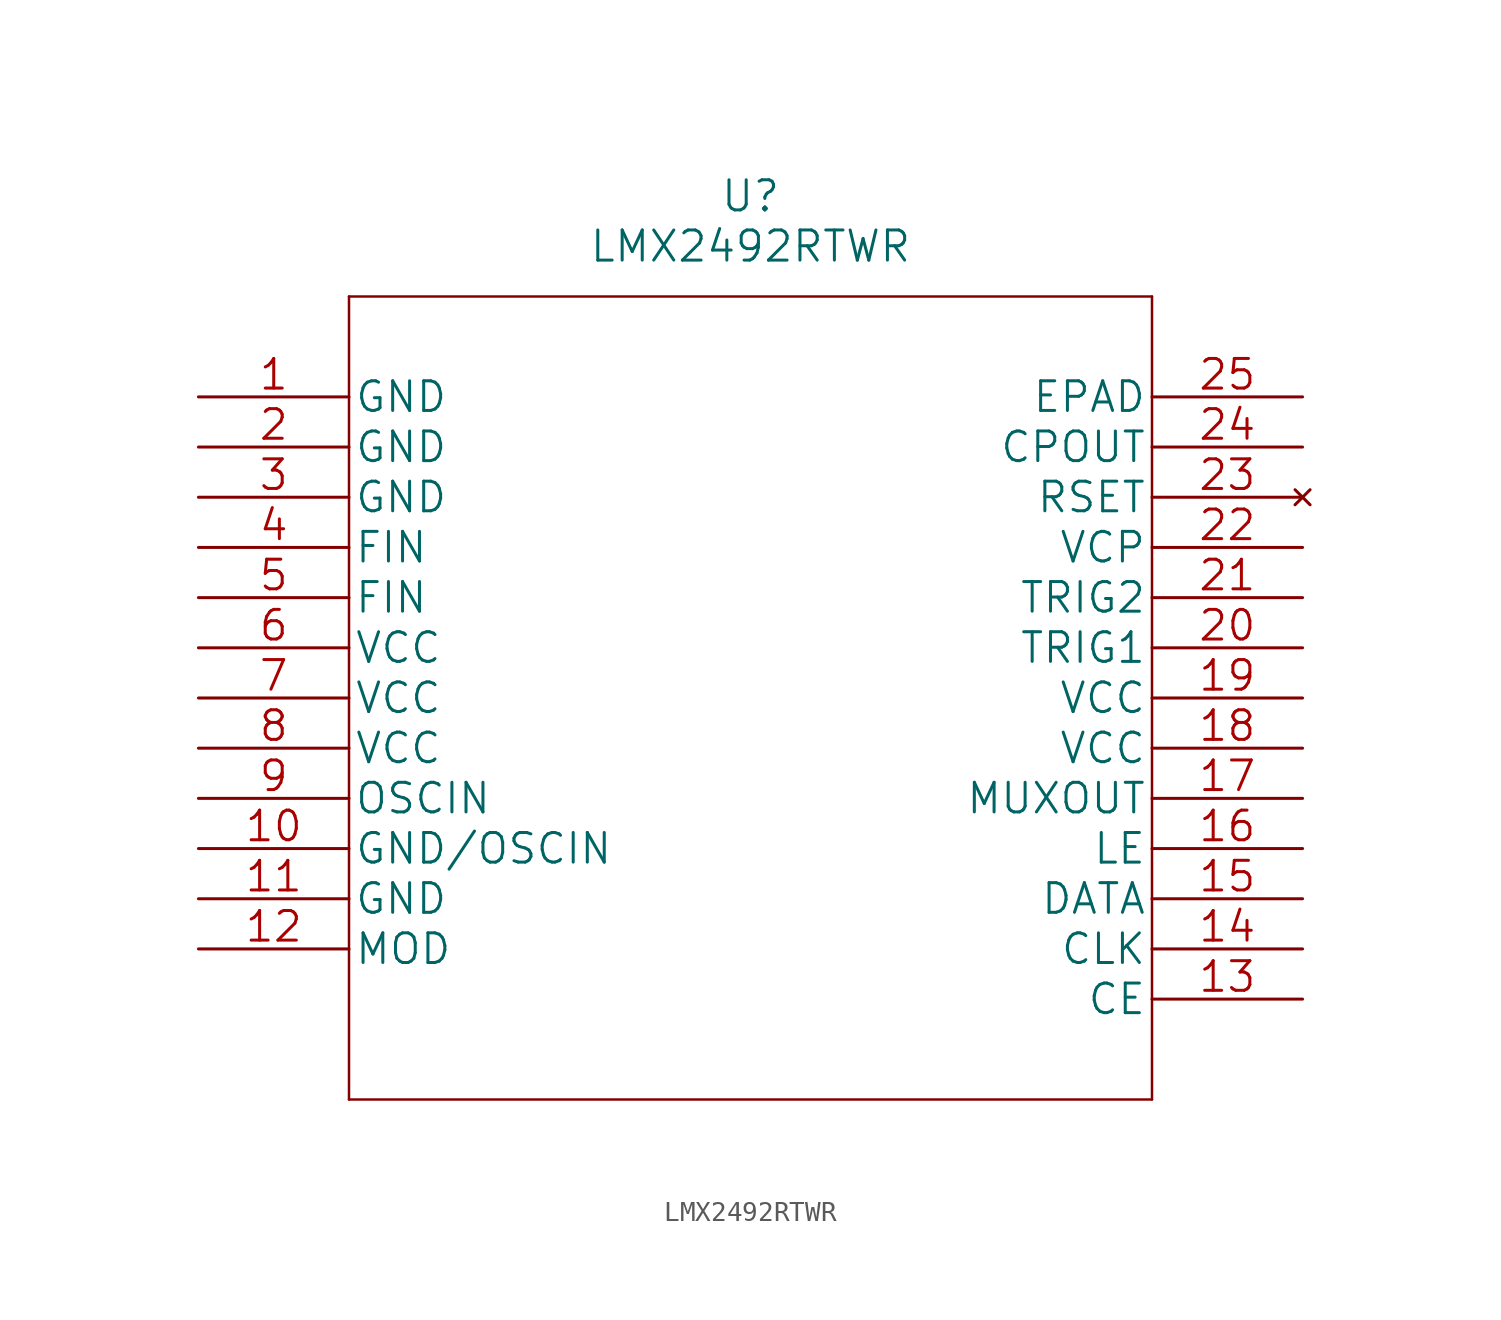
<source format=kicad_sym>
(kicad_symbol_lib
  (version 20211014)
  (generator kicad_symbol_editor)
  (symbol "LMX2492RTWR"
    (pin_names
      (offset 0.254))
    (property "Reference" "U"
      (at 27.94 10.16 0)
      (effects (font (size 1.524 1.524))))
    (property "Value" "LMX2492RTWR"
      (at 27.94 7.62 0)
      (effects (font (size 1.524 1.524))))
    (property "Datasheet" ""
      (at 0 0 0)
      (effects (font (size 1.524 1.524))))
    (property "ki_locked" ""
      (at 0 0 0)
      (effects (font (size 1.27 1.27))))
    (symbol "LMX2492RTWR_1_1"
      (polyline (pts (xy 7.62 -35.56) (xy 48.26 -35.56)) (stroke (width 0.127) (type default) (color 0 0 0 0)) (fill (type none)))
      (polyline (pts (xy 7.62 5.08) (xy 7.62 -35.56)) (stroke (width 0.127) (type default) (color 0 0 0 0)) (fill (type none)))
      (polyline (pts (xy 48.26 -35.56) (xy 48.26 5.08)) (stroke (width 0.127) (type default) (color 0 0 0 0)) (fill (type none)))
      (polyline (pts (xy 48.26 5.08) (xy 7.62 5.08)) (stroke (width 0.127) (type default) (color 0 0 0 0)) (fill (type none)))
      (pin power_in line (at 0 0 0) (length 7.62) (name "GND" (effects (font (size 1.499 1.499)))) (number "1" (effects (font (size 1.499 1.499)))))
      (pin bidirectional line (at 0 -22.86 0) (length 7.62) (name "GND/OSCIN" (effects (font (size 1.499 1.499)))) (number "10" (effects (font (size 1.499 1.499)))))
      (pin power_in line (at 0 -25.4 0) (length 7.62) (name "GND" (effects (font (size 1.499 1.499)))) (number "11" (effects (font (size 1.499 1.499)))))
      (pin bidirectional line (at 0 -27.94 0) (length 7.62) (name "MOD" (effects (font (size 1.499 1.499)))) (number "12" (effects (font (size 1.499 1.499)))))
      (pin input line (at 55.88 -30.48 180) (length 7.62) (name "CE" (effects (font (size 1.499 1.499)))) (number "13" (effects (font (size 1.499 1.499)))))
      (pin input line (at 55.88 -27.94 180) (length 7.62) (name "CLK" (effects (font (size 1.499 1.499)))) (number "14" (effects (font (size 1.499 1.499)))))
      (pin input line (at 55.88 -25.4 180) (length 7.62) (name "DATA" (effects (font (size 1.499 1.499)))) (number "15" (effects (font (size 1.499 1.499)))))
      (pin input line (at 55.88 -22.86 180) (length 7.62) (name "LE" (effects (font (size 1.499 1.499)))) (number "16" (effects (font (size 1.499 1.499)))))
      (pin bidirectional line (at 55.88 -20.32 180) (length 7.62) (name "MUXOUT" (effects (font (size 1.499 1.499)))) (number "17" (effects (font (size 1.499 1.499)))))
      (pin power_in line (at 55.88 -17.78 180) (length 7.62) (name "VCC" (effects (font (size 1.499 1.499)))) (number "18" (effects (font (size 1.499 1.499)))))
      (pin power_in line (at 55.88 -15.24 180) (length 7.62) (name "VCC" (effects (font (size 1.499 1.499)))) (number "19" (effects (font (size 1.499 1.499)))))
      (pin power_in line (at 0 -2.54 0) (length 7.62) (name "GND" (effects (font (size 1.499 1.499)))) (number "2" (effects (font (size 1.499 1.499)))))
      (pin bidirectional line (at 55.88 -12.7 180) (length 7.62) (name "TRIG1" (effects (font (size 1.499 1.499)))) (number "20" (effects (font (size 1.499 1.499)))))
      (pin bidirectional line (at 55.88 -10.16 180) (length 7.62) (name "TRIG2" (effects (font (size 1.499 1.499)))) (number "21" (effects (font (size 1.499 1.499)))))
      (pin power_in line (at 55.88 -7.62 180) (length 7.62) (name "VCP" (effects (font (size 1.499 1.499)))) (number "22" (effects (font (size 1.499 1.499)))))
      (pin no_connect line (at 55.88 -5.08 180) (length 7.62) (name "RSET" (effects (font (size 1.499 1.499)))) (number "23" (effects (font (size 1.499 1.499)))))
      (pin output line (at 55.88 -2.54 180) (length 7.62) (name "CPOUT" (effects (font (size 1.499 1.499)))) (number "24" (effects (font (size 1.499 1.499)))))
      (pin unspecified line (at 55.88 0 180) (length 7.62) (name "EPAD" (effects (font (size 1.499 1.499)))) (number "25" (effects (font (size 1.499 1.499)))))
      (pin power_in line (at 0 -5.08 0) (length 7.62) (name "GND" (effects (font (size 1.499 1.499)))) (number "3" (effects (font (size 1.499 1.499)))))
      (pin input line (at 0 -7.62 0) (length 7.62) (name "FIN" (effects (font (size 1.499 1.499)))) (number "4" (effects (font (size 1.499 1.499)))))
      (pin input line (at 0 -10.16 0) (length 7.62) (name "FIN" (effects (font (size 1.499 1.499)))) (number "5" (effects (font (size 1.499 1.499)))))
      (pin power_in line (at 0 -12.7 0) (length 7.62) (name "VCC" (effects (font (size 1.499 1.499)))) (number "6" (effects (font (size 1.499 1.499)))))
      (pin power_in line (at 0 -15.24 0) (length 7.62) (name "VCC" (effects (font (size 1.499 1.499)))) (number "7" (effects (font (size 1.499 1.499)))))
      (pin power_in line (at 0 -17.78 0) (length 7.62) (name "VCC" (effects (font (size 1.499 1.499)))) (number "8" (effects (font (size 1.499 1.499)))))
      (pin input line (at 0 -20.32 0) (length 7.62) (name "OSCIN" (effects (font (size 1.499 1.499)))) (number "9" (effects (font (size 1.499 1.499))))))))
</source>
